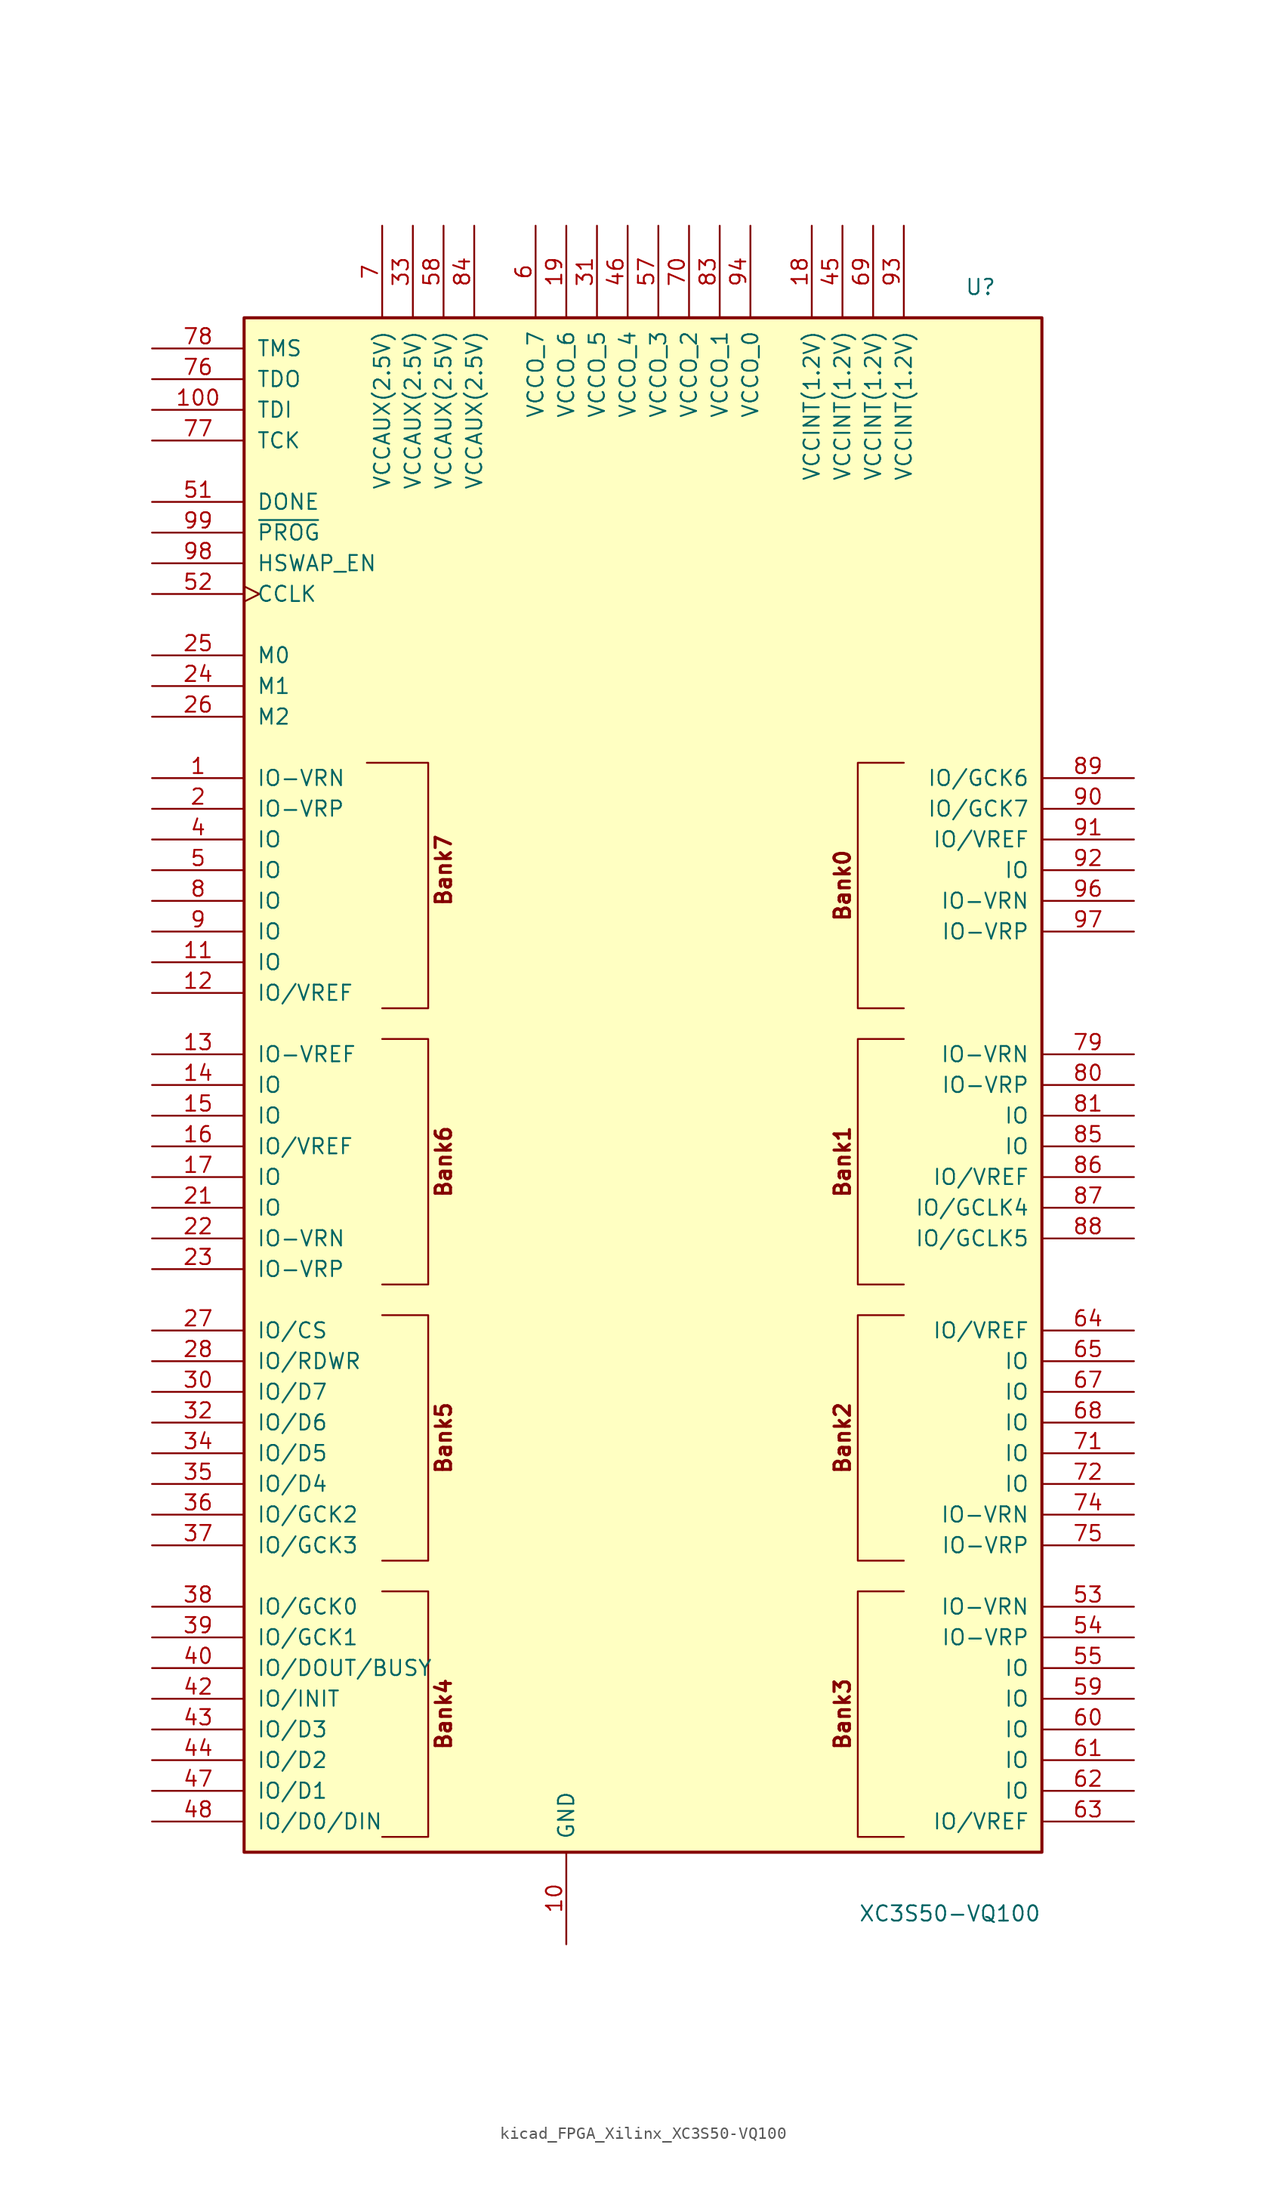
<source format=kicad_sym>
(kicad_symbol_lib
  (version 20220914)
  (generator kicad_symbol_editor)
  (symbol "kicad_FPGA_Xilinx_XC3S50-VQ100"
    (pin_names
      (offset 1.016))
    (property "Reference" "U"
      (at 26.67 66.04 0)
      (effects (font (size 1.27 1.27))))
    (property "Value" "XC3S50-VQ100"
      (at 24.13 -68.58 0)
      (effects (font (size 1.27 1.27))))
    (symbol "kicad_FPGA_Xilinx_XC3S50-VQ100_0_0"
      (rectangle (start -34.29 63.5) (end 31.75 -63.5) (stroke (width 0.254) (type default)) (fill (type background)))
      (text "Bank0" (at 15.24 16.51 900) (effects (font (size 1.27 1.27) bold)))
      (text "Bank1" (at 15.24 -6.35 900) (effects (font (size 1.27 1.27) bold)))
      (text "Bank2" (at 15.24 -29.21 900) (effects (font (size 1.27 1.27) bold)))
      (text "Bank3" (at 15.24 -52.07 900) (effects (font (size 1.27 1.27) bold)))
      (text "Bank4" (at -17.78 -52.07 900) (effects (font (size 1.27 1.27) bold)))
      (text "Bank5" (at -17.78 -29.21 900) (effects (font (size 1.27 1.27) bold)))
      (text "Bank6" (at -17.78 -6.35 900) (effects (font (size 1.27 1.27) bold)))
      (text "Bank7" (at -17.78 17.78 900) (effects (font (size 1.27 1.27) bold))))
    (symbol "kicad_FPGA_Xilinx_XC3S50-VQ100_0_1"
      (polyline (pts (xy -24.13 26.67) (xy -19.05 26.67) (xy -19.05 6.35) (xy -22.86 6.35) (xy -22.86 6.35)) (stroke (width 0) (type default)) (fill (type none)))
      (polyline (pts (xy -22.86 -41.91) (xy -19.05 -41.91) (xy -19.05 -62.23) (xy -22.86 -62.23) (xy -22.86 -62.23)) (stroke (width 0) (type default)) (fill (type none)))
      (polyline (pts (xy -22.86 -19.05) (xy -19.05 -19.05) (xy -19.05 -39.37) (xy -22.86 -39.37) (xy -22.86 -39.37)) (stroke (width 0) (type default)) (fill (type none)))
      (polyline (pts (xy -22.86 3.81) (xy -19.05 3.81) (xy -19.05 -16.51) (xy -22.86 -16.51) (xy -22.86 -16.51)) (stroke (width 0) (type default)) (fill (type none)))
      (polyline (pts (xy 20.32 -41.91) (xy 16.51 -41.91) (xy 16.51 -62.23) (xy 20.32 -62.23) (xy 20.32 -62.23)) (stroke (width 0) (type default)) (fill (type none)))
      (polyline (pts (xy 20.32 -19.05) (xy 16.51 -19.05) (xy 16.51 -39.37) (xy 20.32 -39.37) (xy 20.32 -39.37)) (stroke (width 0) (type default)) (fill (type none)))
      (polyline (pts (xy 20.32 3.81) (xy 16.51 3.81) (xy 16.51 -16.51) (xy 20.32 -16.51) (xy 20.32 -16.51)) (stroke (width 0) (type default)) (fill (type none)))
      (polyline (pts (xy 20.32 26.67) (xy 16.51 26.67) (xy 16.51 6.35) (xy 20.32 6.35) (xy 20.32 6.35)) (stroke (width 0) (type default)) (fill (type none))))
    (symbol "kicad_FPGA_Xilinx_XC3S50-VQ100_1_1"
      (pin bidirectional line (at -41.91 25.4 0) (length 7.62) (name "IO-VRN" (effects (font (size 1.27 1.27)))) (number "1" (effects (font (size 1.27 1.27)))))
      (pin power_in line (at -7.62 -71.12 90) (length 7.62) (name "GND" (effects (font (size 1.27 1.27)))) (number "10" (effects (font (size 1.27 1.27)))))
      (pin input line (at -41.91 55.88 0) (length 7.62) (name "TDI" (effects (font (size 1.27 1.27)))) (number "100" (effects (font (size 1.27 1.27)))))
      (pin bidirectional line (at -41.91 10.16 0) (length 7.62) (name "IO" (effects (font (size 1.27 1.27)))) (number "11" (effects (font (size 1.27 1.27)))))
      (pin bidirectional line (at -41.91 7.62 0) (length 7.62) (name "IO/VREF" (effects (font (size 1.27 1.27)))) (number "12" (effects (font (size 1.27 1.27)))))
      (pin input line (at -41.91 2.54 0) (length 7.62) (name "IO-VREF" (effects (font (size 1.27 1.27)))) (number "13" (effects (font (size 1.27 1.27)))))
      (pin bidirectional line (at -41.91 0 0) (length 7.62) (name "IO" (effects (font (size 1.27 1.27)))) (number "14" (effects (font (size 1.27 1.27)))))
      (pin bidirectional line (at -41.91 -2.54 0) (length 7.62) (name "IO" (effects (font (size 1.27 1.27)))) (number "15" (effects (font (size 1.27 1.27)))))
      (pin bidirectional line (at -41.91 -5.08 0) (length 7.62) (name "IO/VREF" (effects (font (size 1.27 1.27)))) (number "16" (effects (font (size 1.27 1.27)))))
      (pin bidirectional line (at -41.91 -7.62 0) (length 7.62) (name "IO" (effects (font (size 1.27 1.27)))) (number "17" (effects (font (size 1.27 1.27)))))
      (pin power_in line (at 12.7 71.12 270) (length 7.62) (name "VCCINT(1.2V)" (effects (font (size 1.27 1.27)))) (number "18" (effects (font (size 1.27 1.27)))))
      (pin power_in line (at -7.62 71.12 270) (length 7.62) (name "VCCO_6" (effects (font (size 1.27 1.27)))) (number "19" (effects (font (size 1.27 1.27)))))
      (pin bidirectional line (at -41.91 22.86 0) (length 7.62) (name "IO-VRP" (effects (font (size 1.27 1.27)))) (number "2" (effects (font (size 1.27 1.27)))))
      (pin passive line (at -7.62 -71.12 90) (length 7.62) hide (name "GND" (effects (font (size 1.27 1.27)))) (number "20" (effects (font (size 1.27 1.27)))))
      (pin bidirectional line (at -41.91 -10.16 0) (length 7.62) (name "IO" (effects (font (size 1.27 1.27)))) (number "21" (effects (font (size 1.27 1.27)))))
      (pin bidirectional line (at -41.91 -12.7 0) (length 7.62) (name "IO-VRN" (effects (font (size 1.27 1.27)))) (number "22" (effects (font (size 1.27 1.27)))))
      (pin bidirectional line (at -41.91 -15.24 0) (length 7.62) (name "IO-VRP" (effects (font (size 1.27 1.27)))) (number "23" (effects (font (size 1.27 1.27)))))
      (pin input line (at -41.91 33.02 0) (length 7.62) (name "M1" (effects (font (size 1.27 1.27)))) (number "24" (effects (font (size 1.27 1.27)))))
      (pin input line (at -41.91 35.56 0) (length 7.62) (name "M0" (effects (font (size 1.27 1.27)))) (number "25" (effects (font (size 1.27 1.27)))))
      (pin input line (at -41.91 30.48 0) (length 7.62) (name "M2" (effects (font (size 1.27 1.27)))) (number "26" (effects (font (size 1.27 1.27)))))
      (pin bidirectional line (at -41.91 -20.32 0) (length 7.62) (name "IO/CS" (effects (font (size 1.27 1.27)))) (number "27" (effects (font (size 1.27 1.27)))))
      (pin bidirectional line (at -41.91 -22.86 0) (length 7.62) (name "IO/RDWR" (effects (font (size 1.27 1.27)))) (number "28" (effects (font (size 1.27 1.27)))))
      (pin passive line (at -7.62 -71.12 90) (length 7.62) hide (name "GND" (effects (font (size 1.27 1.27)))) (number "29" (effects (font (size 1.27 1.27)))))
      (pin passive line (at -7.62 -71.12 90) (length 7.62) hide (name "GND" (effects (font (size 1.27 1.27)))) (number "3" (effects (font (size 1.27 1.27)))))
      (pin bidirectional line (at -41.91 -25.4 0) (length 7.62) (name "IO/D7" (effects (font (size 1.27 1.27)))) (number "30" (effects (font (size 1.27 1.27)))))
      (pin power_in line (at -5.08 71.12 270) (length 7.62) (name "VCCO_5" (effects (font (size 1.27 1.27)))) (number "31" (effects (font (size 1.27 1.27)))))
      (pin bidirectional line (at -41.91 -27.94 0) (length 7.62) (name "IO/D6" (effects (font (size 1.27 1.27)))) (number "32" (effects (font (size 1.27 1.27)))))
      (pin power_in line (at -20.32 71.12 270) (length 7.62) (name "VCCAUX(2.5V)" (effects (font (size 1.27 1.27)))) (number "33" (effects (font (size 1.27 1.27)))))
      (pin bidirectional line (at -41.91 -30.48 0) (length 7.62) (name "IO/D5" (effects (font (size 1.27 1.27)))) (number "34" (effects (font (size 1.27 1.27)))))
      (pin bidirectional line (at -41.91 -33.02 0) (length 7.62) (name "IO/D4" (effects (font (size 1.27 1.27)))) (number "35" (effects (font (size 1.27 1.27)))))
      (pin bidirectional line (at -41.91 -35.56 0) (length 7.62) (name "IO/GCK2" (effects (font (size 1.27 1.27)))) (number "36" (effects (font (size 1.27 1.27)))))
      (pin bidirectional line (at -41.91 -38.1 0) (length 7.62) (name "IO/GCK3" (effects (font (size 1.27 1.27)))) (number "37" (effects (font (size 1.27 1.27)))))
      (pin bidirectional line (at -41.91 -43.18 0) (length 7.62) (name "IO/GCK0" (effects (font (size 1.27 1.27)))) (number "38" (effects (font (size 1.27 1.27)))))
      (pin bidirectional line (at -41.91 -45.72 0) (length 7.62) (name "IO/GCK1" (effects (font (size 1.27 1.27)))) (number "39" (effects (font (size 1.27 1.27)))))
      (pin bidirectional line (at -41.91 20.32 0) (length 7.62) (name "IO" (effects (font (size 1.27 1.27)))) (number "4" (effects (font (size 1.27 1.27)))))
      (pin bidirectional line (at -41.91 -48.26 0) (length 7.62) (name "IO/DOUT/BUSY" (effects (font (size 1.27 1.27)))) (number "40" (effects (font (size 1.27 1.27)))))
      (pin passive line (at -7.62 -71.12 90) (length 7.62) hide (name "GND" (effects (font (size 1.27 1.27)))) (number "41" (effects (font (size 1.27 1.27)))))
      (pin bidirectional line (at -41.91 -50.8 0) (length 7.62) (name "IO/INIT" (effects (font (size 1.27 1.27)))) (number "42" (effects (font (size 1.27 1.27)))))
      (pin bidirectional line (at -41.91 -53.34 0) (length 7.62) (name "IO/D3" (effects (font (size 1.27 1.27)))) (number "43" (effects (font (size 1.27 1.27)))))
      (pin bidirectional line (at -41.91 -55.88 0) (length 7.62) (name "IO/D2" (effects (font (size 1.27 1.27)))) (number "44" (effects (font (size 1.27 1.27)))))
      (pin power_in line (at 15.24 71.12 270) (length 7.62) (name "VCCINT(1.2V)" (effects (font (size 1.27 1.27)))) (number "45" (effects (font (size 1.27 1.27)))))
      (pin power_in line (at -2.54 71.12 270) (length 7.62) (name "VCCO_4" (effects (font (size 1.27 1.27)))) (number "46" (effects (font (size 1.27 1.27)))))
      (pin bidirectional line (at -41.91 -58.42 0) (length 7.62) (name "IO/D1" (effects (font (size 1.27 1.27)))) (number "47" (effects (font (size 1.27 1.27)))))
      (pin bidirectional line (at -41.91 -60.96 0) (length 7.62) (name "IO/D0/DIN" (effects (font (size 1.27 1.27)))) (number "48" (effects (font (size 1.27 1.27)))))
      (pin bidirectional line (at -41.91 17.78 0) (length 7.62) (name "IO" (effects (font (size 1.27 1.27)))) (number "5" (effects (font (size 1.27 1.27)))))
      (pin open_collector line (at -41.91 48.26 0) (length 7.62) (name "DONE" (effects (font (size 1.27 1.27)))) (number "51" (effects (font (size 1.27 1.27)))))
      (pin input clock (at -41.91 40.64 0) (length 7.62) (name "CCLK" (effects (font (size 1.27 1.27)))) (number "52" (effects (font (size 1.27 1.27)))))
      (pin bidirectional line (at 39.37 -43.18 180) (length 7.62) (name "IO-VRN" (effects (font (size 1.27 1.27)))) (number "53" (effects (font (size 1.27 1.27)))))
      (pin bidirectional line (at 39.37 -45.72 180) (length 7.62) (name "IO-VRP" (effects (font (size 1.27 1.27)))) (number "54" (effects (font (size 1.27 1.27)))))
      (pin bidirectional line (at 39.37 -48.26 180) (length 7.62) (name "IO" (effects (font (size 1.27 1.27)))) (number "55" (effects (font (size 1.27 1.27)))))
      (pin power_in line (at 0 71.12 270) (length 7.62) (name "VCCO_3" (effects (font (size 1.27 1.27)))) (number "57" (effects (font (size 1.27 1.27)))))
      (pin power_in line (at -17.78 71.12 270) (length 7.62) (name "VCCAUX(2.5V)" (effects (font (size 1.27 1.27)))) (number "58" (effects (font (size 1.27 1.27)))))
      (pin bidirectional line (at 39.37 -50.8 180) (length 7.62) (name "IO" (effects (font (size 1.27 1.27)))) (number "59" (effects (font (size 1.27 1.27)))))
      (pin power_in line (at -10.16 71.12 270) (length 7.62) (name "VCCO_7" (effects (font (size 1.27 1.27)))) (number "6" (effects (font (size 1.27 1.27)))))
      (pin bidirectional line (at 39.37 -53.34 180) (length 7.62) (name "IO" (effects (font (size 1.27 1.27)))) (number "60" (effects (font (size 1.27 1.27)))))
      (pin bidirectional line (at 39.37 -55.88 180) (length 7.62) (name "IO" (effects (font (size 1.27 1.27)))) (number "61" (effects (font (size 1.27 1.27)))))
      (pin bidirectional line (at 39.37 -58.42 180) (length 7.62) (name "IO" (effects (font (size 1.27 1.27)))) (number "62" (effects (font (size 1.27 1.27)))))
      (pin bidirectional line (at 39.37 -60.96 180) (length 7.62) (name "IO/VREF" (effects (font (size 1.27 1.27)))) (number "63" (effects (font (size 1.27 1.27)))))
      (pin bidirectional line (at 39.37 -20.32 180) (length 7.62) (name "IO/VREF" (effects (font (size 1.27 1.27)))) (number "64" (effects (font (size 1.27 1.27)))))
      (pin bidirectional line (at 39.37 -22.86 180) (length 7.62) (name "IO" (effects (font (size 1.27 1.27)))) (number "65" (effects (font (size 1.27 1.27)))))
      (pin passive line (at -7.62 -71.12 90) (length 7.62) hide (name "GND" (effects (font (size 1.27 1.27)))) (number "66" (effects (font (size 1.27 1.27)))))
      (pin bidirectional line (at 39.37 -25.4 180) (length 7.62) (name "IO" (effects (font (size 1.27 1.27)))) (number "67" (effects (font (size 1.27 1.27)))))
      (pin bidirectional line (at 39.37 -27.94 180) (length 7.62) (name "IO" (effects (font (size 1.27 1.27)))) (number "68" (effects (font (size 1.27 1.27)))))
      (pin power_in line (at 17.78 71.12 270) (length 7.62) (name "VCCINT(1.2V)" (effects (font (size 1.27 1.27)))) (number "69" (effects (font (size 1.27 1.27)))))
      (pin power_in line (at -22.86 71.12 270) (length 7.62) (name "VCCAUX(2.5V)" (effects (font (size 1.27 1.27)))) (number "7" (effects (font (size 1.27 1.27)))))
      (pin power_in line (at 2.54 71.12 270) (length 7.62) (name "VCCO_2" (effects (font (size 1.27 1.27)))) (number "70" (effects (font (size 1.27 1.27)))))
      (pin bidirectional line (at 39.37 -30.48 180) (length 7.62) (name "IO" (effects (font (size 1.27 1.27)))) (number "71" (effects (font (size 1.27 1.27)))))
      (pin bidirectional line (at 39.37 -33.02 180) (length 7.62) (name "IO" (effects (font (size 1.27 1.27)))) (number "72" (effects (font (size 1.27 1.27)))))
      (pin passive line (at -7.62 -71.12 90) (length 7.62) hide (name "GND" (effects (font (size 1.27 1.27)))) (number "73" (effects (font (size 1.27 1.27)))))
      (pin bidirectional line (at 39.37 -35.56 180) (length 7.62) (name "IO-VRN" (effects (font (size 1.27 1.27)))) (number "74" (effects (font (size 1.27 1.27)))))
      (pin bidirectional line (at 39.37 -38.1 180) (length 7.62) (name "IO-VRP" (effects (font (size 1.27 1.27)))) (number "75" (effects (font (size 1.27 1.27)))))
      (pin output line (at -41.91 58.42 0) (length 7.62) (name "TDO" (effects (font (size 1.27 1.27)))) (number "76" (effects (font (size 1.27 1.27)))))
      (pin input line (at -41.91 53.34 0) (length 7.62) (name "TCK" (effects (font (size 1.27 1.27)))) (number "77" (effects (font (size 1.27 1.27)))))
      (pin input line (at -41.91 60.96 0) (length 7.62) (name "TMS" (effects (font (size 1.27 1.27)))) (number "78" (effects (font (size 1.27 1.27)))))
      (pin bidirectional line (at 39.37 2.54 180) (length 7.62) (name "IO-VRN" (effects (font (size 1.27 1.27)))) (number "79" (effects (font (size 1.27 1.27)))))
      (pin bidirectional line (at -41.91 15.24 0) (length 7.62) (name "IO" (effects (font (size 1.27 1.27)))) (number "8" (effects (font (size 1.27 1.27)))))
      (pin bidirectional line (at 39.37 0 180) (length 7.62) (name "IO-VRP" (effects (font (size 1.27 1.27)))) (number "80" (effects (font (size 1.27 1.27)))))
      (pin bidirectional line (at 39.37 -2.54 180) (length 7.62) (name "IO" (effects (font (size 1.27 1.27)))) (number "81" (effects (font (size 1.27 1.27)))))
      (pin passive line (at -7.62 -71.12 90) (length 7.62) hide (name "GND" (effects (font (size 1.27 1.27)))) (number "82" (effects (font (size 1.27 1.27)))))
      (pin passive line (at 5.08 71.12 270) (length 7.62) (name "VCCO_1" (effects (font (size 1.27 1.27)))) (number "83" (effects (font (size 1.27 1.27)))))
      (pin power_in line (at -15.24 71.12 270) (length 7.62) (name "VCCAUX(2.5V)" (effects (font (size 1.27 1.27)))) (number "84" (effects (font (size 1.27 1.27)))))
      (pin bidirectional line (at 39.37 -5.08 180) (length 7.62) (name "IO" (effects (font (size 1.27 1.27)))) (number "85" (effects (font (size 1.27 1.27)))))
      (pin bidirectional line (at 39.37 -7.62 180) (length 7.62) (name "IO/VREF" (effects (font (size 1.27 1.27)))) (number "86" (effects (font (size 1.27 1.27)))))
      (pin bidirectional line (at 39.37 -10.16 180) (length 7.62) (name "IO/GCLK4" (effects (font (size 1.27 1.27)))) (number "87" (effects (font (size 1.27 1.27)))))
      (pin bidirectional line (at 39.37 -12.7 180) (length 7.62) (name "IO/GCLK5" (effects (font (size 1.27 1.27)))) (number "88" (effects (font (size 1.27 1.27)))))
      (pin bidirectional line (at 39.37 25.4 180) (length 7.62) (name "IO/GCK6" (effects (font (size 1.27 1.27)))) (number "89" (effects (font (size 1.27 1.27)))))
      (pin bidirectional line (at -41.91 12.7 0) (length 7.62) (name "IO" (effects (font (size 1.27 1.27)))) (number "9" (effects (font (size 1.27 1.27)))))
      (pin bidirectional line (at 39.37 22.86 180) (length 7.62) (name "IO/GCK7" (effects (font (size 1.27 1.27)))) (number "90" (effects (font (size 1.27 1.27)))))
      (pin bidirectional line (at 39.37 20.32 180) (length 7.62) (name "IO/VREF" (effects (font (size 1.27 1.27)))) (number "91" (effects (font (size 1.27 1.27)))))
      (pin bidirectional line (at 39.37 17.78 180) (length 7.62) (name "IO" (effects (font (size 1.27 1.27)))) (number "92" (effects (font (size 1.27 1.27)))))
      (pin power_in line (at 20.32 71.12 270) (length 7.62) (name "VCCINT(1.2V)" (effects (font (size 1.27 1.27)))) (number "93" (effects (font (size 1.27 1.27)))))
      (pin passive line (at 7.62 71.12 270) (length 7.62) (name "VCCO_0" (effects (font (size 1.27 1.27)))) (number "94" (effects (font (size 1.27 1.27)))))
      (pin passive line (at -7.62 -71.12 90) (length 7.62) hide (name "GND" (effects (font (size 1.27 1.27)))) (number "95" (effects (font (size 1.27 1.27)))))
      (pin bidirectional line (at 39.37 15.24 180) (length 7.62) (name "IO-VRN" (effects (font (size 1.27 1.27)))) (number "96" (effects (font (size 1.27 1.27)))))
      (pin bidirectional line (at 39.37 12.7 180) (length 7.62) (name "IO-VRP" (effects (font (size 1.27 1.27)))) (number "97" (effects (font (size 1.27 1.27)))))
      (pin bidirectional line (at -41.91 43.18 0) (length 7.62) (name "HSWAP_EN" (effects (font (size 1.27 1.27)))) (number "98" (effects (font (size 1.27 1.27)))))
      (pin input line (at -41.91 45.72 0) (length 7.62) (name "~{PROG}" (effects (font (size 1.27 1.27)))) (number "99" (effects (font (size 1.27 1.27))))))))
</source>
